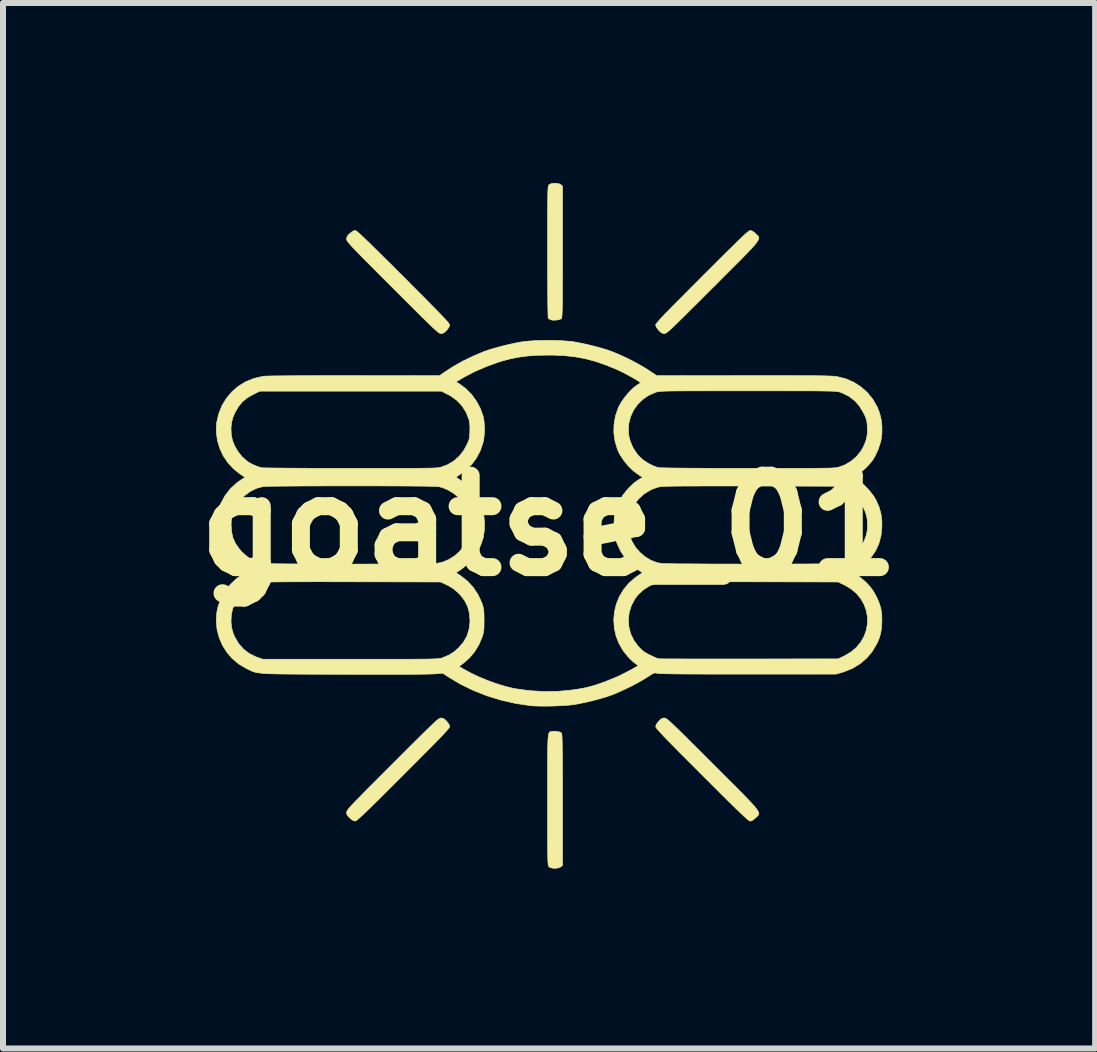
<source format=kicad_pcb>
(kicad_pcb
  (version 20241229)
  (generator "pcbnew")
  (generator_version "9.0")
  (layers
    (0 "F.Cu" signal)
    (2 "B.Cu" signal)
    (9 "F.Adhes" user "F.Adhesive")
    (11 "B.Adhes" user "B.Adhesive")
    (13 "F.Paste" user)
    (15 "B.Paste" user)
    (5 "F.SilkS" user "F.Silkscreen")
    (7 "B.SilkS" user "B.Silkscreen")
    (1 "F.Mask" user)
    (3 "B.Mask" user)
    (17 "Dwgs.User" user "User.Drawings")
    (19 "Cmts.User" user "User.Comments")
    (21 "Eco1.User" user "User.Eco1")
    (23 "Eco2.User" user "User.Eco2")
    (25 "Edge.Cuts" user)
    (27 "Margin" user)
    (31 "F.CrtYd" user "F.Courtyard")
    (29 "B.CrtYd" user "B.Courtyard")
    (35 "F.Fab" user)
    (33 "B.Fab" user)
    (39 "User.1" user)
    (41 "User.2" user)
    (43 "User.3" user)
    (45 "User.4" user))
  (footprint "goatse_01"
    (layer "F.Cu")
    (at 6.103 5.715)
    (property "Reference" "goatse_01" (at 0 0 0) (layer "F.SilkS") (effects (font (size 1.524 1.524) (thickness 0.3))))
    (attr through_hole)
    (fp_poly (pts (xy 0.124 -5.709) (xy 0.169 -5.7) (xy 0.195 -5.686) (xy 0.224 -5.663) (xy 0.224 -4.567) (xy 0.224 -4.378) (xy 0.224 -4.212) (xy 0.223 -4.067) (xy 0.223 -3.942) (xy 0.223 -3.835) (xy 0.222 -3.745) (xy 0.221 -3.671) (xy 0.22 -3.61) (xy 0.219 -3.562) (xy 0.217 -3.524) (xy 0.215 -3.497) (xy 0.213 -3.477) (xy 0.21 -3.464) (xy 0.207 -3.456) (xy 0.205 -3.453) (xy 0.179 -3.44) (xy 0.139 -3.431) (xy 0.093 -3.427) (xy 0.05 -3.429) (xy 0.025 -3.436) (xy -0.001 -3.45) (xy -0.015 -3.463) (xy -0.016 -3.477) (xy -0.017 -3.513) (xy -0.018 -3.57) (xy -0.02 -3.647) (xy -0.021 -3.74) (xy -0.022 -3.849) (xy -0.022 -3.972) (xy -0.023 -4.106) (xy -0.024 -4.251) (xy -0.024 -4.405) (xy -0.024 -4.565) (xy -0.024 -4.569) (xy -0.024 -4.756) (xy -0.024 -4.921) (xy -0.024 -5.064) (xy -0.024 -5.188) (xy -0.023 -5.293) (xy -0.023 -5.382) (xy -0.022 -5.456) (xy -0.021 -5.516) (xy -0.02 -5.564) (xy -0.018 -5.601) (xy -0.016 -5.629) (xy -0.014 -5.649) (xy -0.012 -5.663) (xy -0.008 -5.673) (xy -0.005 -5.679) (xy -0.001 -5.684) (xy 0 -5.685) (xy 0.031 -5.701) (xy 0.075 -5.71) (xy 0.124 -5.709)) (stroke (width 0.01) (type solid)) (fill yes) (layer "F.SilkS"))
    (fp_poly (pts (xy 0.138 3.429) (xy 0.179 3.439) (xy 0.206 3.454) (xy 0.208 3.456) (xy 0.21 3.463) (xy 0.213 3.478) (xy 0.215 3.502) (xy 0.217 3.537) (xy 0.219 3.585) (xy 0.22 3.645) (xy 0.221 3.72) (xy 0.222 3.811) (xy 0.223 3.92) (xy 0.223 4.047) (xy 0.224 4.194) (xy 0.224 4.363) (xy 0.224 4.554) (xy 0.224 5.663) (xy 0.195 5.686) (xy 0.161 5.702) (xy 0.115 5.71) (xy 0.066 5.709) (xy 0.023 5.699) (xy 0 5.685) (xy -0.004 5.68) (xy -0.008 5.674) (xy -0.011 5.666) (xy -0.014 5.652) (xy -0.016 5.634) (xy -0.018 5.607) (xy -0.02 5.572) (xy -0.021 5.527) (xy -0.022 5.469) (xy -0.023 5.399) (xy -0.023 5.313) (xy -0.024 5.212) (xy -0.024 5.092) (xy -0.024 4.953) (xy -0.024 4.793) (xy -0.024 4.611) (xy -0.024 4.567) (xy -0.024 4.377) (xy -0.024 4.209) (xy -0.024 4.063) (xy -0.024 3.936) (xy -0.023 3.828) (xy -0.023 3.737) (xy -0.021 3.661) (xy -0.019 3.599) (xy -0.017 3.55) (xy -0.013 3.512) (xy -0.009 3.483) (xy -0.004 3.463) (xy 0.002 3.449) (xy 0.009 3.44) (xy 0.018 3.435) (xy 0.028 3.433) (xy 0.039 3.431) (xy 0.049 3.429) (xy 0.092 3.425) (xy 0.138 3.429)) (stroke (width 0.01) (type solid)) (fill yes) (layer "F.SilkS"))
    (fp_poly (pts (xy 1.93 3.206) (xy 1.939 3.208) (xy 1.95 3.214) (xy 1.965 3.223) (xy 1.983 3.238) (xy 2.007 3.258) (xy 2.038 3.286) (xy 2.076 3.322) (xy 2.123 3.367) (xy 2.18 3.423) (xy 2.248 3.489) (xy 2.327 3.568) (xy 2.42 3.661) (xy 2.527 3.767) (xy 2.65 3.89) (xy 2.73 3.97) (xy 2.866 4.106) (xy 2.986 4.226) (xy 3.091 4.33) (xy 3.181 4.421) (xy 3.258 4.499) (xy 3.322 4.566) (xy 3.375 4.622) (xy 3.417 4.668) (xy 3.449 4.707) (xy 3.472 4.738) (xy 3.487 4.763) (xy 3.496 4.784) (xy 3.497 4.801) (xy 3.494 4.815) (xy 3.486 4.828) (xy 3.474 4.84) (xy 3.46 4.854) (xy 3.444 4.869) (xy 3.443 4.87) (xy 3.403 4.904) (xy 3.371 4.921) (xy 3.355 4.923) (xy 3.347 4.921) (xy 3.336 4.915) (xy 3.319 4.903) (xy 3.297 4.885) (xy 3.269 4.86) (xy 3.232 4.826) (xy 3.187 4.783) (xy 3.132 4.73) (xy 3.065 4.665) (xy 2.987 4.588) (xy 2.896 4.498) (xy 2.791 4.393) (xy 2.671 4.273) (xy 2.549 4.152) (xy 2.414 4.016) (xy 2.295 3.897) (xy 2.191 3.793) (xy 2.102 3.702) (xy 2.026 3.625) (xy 1.962 3.56) (xy 1.909 3.505) (xy 1.867 3.46) (xy 1.835 3.425) (xy 1.81 3.397) (xy 1.794 3.376) (xy 1.783 3.361) (xy 1.779 3.351) (xy 1.778 3.347) (xy 1.789 3.311) (xy 1.822 3.266) (xy 1.828 3.259) (xy 1.86 3.228) (xy 1.885 3.211) (xy 1.912 3.205) (xy 1.922 3.205) (xy 1.93 3.206)) (stroke (width 0.01) (type solid)) (fill yes) (layer "F.SilkS"))
    (fp_poly (pts (xy 3.385 -4.915) (xy 3.42 -4.891) (xy 3.443 -4.87) (xy 3.459 -4.855) (xy 3.473 -4.841) (xy 3.485 -4.829) (xy 3.493 -4.816) (xy 3.497 -4.802) (xy 3.496 -4.785) (xy 3.488 -4.765) (xy 3.473 -4.74) (xy 3.451 -4.709) (xy 3.419 -4.671) (xy 3.378 -4.625) (xy 3.326 -4.57) (xy 3.262 -4.504) (xy 3.186 -4.426) (xy 3.097 -4.337) (xy 2.993 -4.233) (xy 2.874 -4.114) (xy 2.74 -3.979) (xy 2.73 -3.97) (xy 2.598 -3.838) (xy 2.482 -3.722) (xy 2.381 -3.622) (xy 2.294 -3.535) (xy 2.219 -3.461) (xy 2.156 -3.399) (xy 2.103 -3.348) (xy 2.06 -3.307) (xy 2.025 -3.274) (xy 1.997 -3.249) (xy 1.975 -3.231) (xy 1.958 -3.219) (xy 1.945 -3.211) (xy 1.935 -3.207) (xy 1.926 -3.205) (xy 1.922 -3.205) (xy 1.893 -3.209) (xy 1.868 -3.221) (xy 1.839 -3.248) (xy 1.828 -3.259) (xy 1.792 -3.306) (xy 1.778 -3.343) (xy 1.778 -3.347) (xy 1.78 -3.355) (xy 1.787 -3.367) (xy 1.801 -3.385) (xy 1.821 -3.409) (xy 1.849 -3.44) (xy 1.886 -3.48) (xy 1.932 -3.529) (xy 1.99 -3.588) (xy 2.059 -3.659) (xy 2.142 -3.743) (xy 2.238 -3.839) (xy 2.348 -3.95) (xy 2.475 -4.077) (xy 2.549 -4.152) (xy 2.684 -4.286) (xy 2.802 -4.404) (xy 2.906 -4.508) (xy 2.996 -4.596) (xy 3.073 -4.672) (xy 3.138 -4.736) (xy 3.192 -4.788) (xy 3.236 -4.83) (xy 3.272 -4.863) (xy 3.3 -4.887) (xy 3.321 -4.904) (xy 3.337 -4.916) (xy 3.348 -4.921) (xy 3.355 -4.923) (xy 3.385 -4.915)) (stroke (width 0.01) (type solid)) (fill yes) (layer "F.SilkS"))
    (fp_poly (pts (xy -3.225 -4.921) (xy -3.212 -4.913) (xy -3.195 -4.9) (xy -3.171 -4.88) (xy -3.14 -4.852) (xy -3.1 -4.815) (xy -3.051 -4.768) (xy -2.991 -4.711) (xy -2.921 -4.641) (xy -2.837 -4.559) (xy -2.741 -4.463) (xy -2.629 -4.353) (xy -2.503 -4.226) (xy -2.428 -4.152) (xy -2.293 -4.016) (xy -2.174 -3.897) (xy -2.07 -3.793) (xy -1.981 -3.702) (xy -1.905 -3.625) (xy -1.841 -3.56) (xy -1.788 -3.505) (xy -1.746 -3.46) (xy -1.714 -3.425) (xy -1.689 -3.397) (xy -1.673 -3.376) (xy -1.662 -3.361) (xy -1.658 -3.351) (xy -1.657 -3.347) (xy -1.668 -3.311) (xy -1.701 -3.266) (xy -1.707 -3.259) (xy -1.739 -3.228) (xy -1.764 -3.211) (xy -1.791 -3.205) (xy -1.801 -3.205) (xy -1.809 -3.206) (xy -1.818 -3.208) (xy -1.829 -3.214) (xy -1.844 -3.223) (xy -1.862 -3.238) (xy -1.886 -3.258) (xy -1.917 -3.286) (xy -1.955 -3.322) (xy -2.002 -3.367) (xy -2.059 -3.423) (xy -2.127 -3.489) (xy -2.206 -3.568) (xy -2.299 -3.661) (xy -2.406 -3.767) (xy -2.529 -3.89) (xy -2.609 -3.97) (xy -2.741 -4.102) (xy -2.857 -4.218) (xy -2.958 -4.32) (xy -3.045 -4.407) (xy -3.119 -4.482) (xy -3.181 -4.545) (xy -3.232 -4.598) (xy -3.273 -4.641) (xy -3.306 -4.676) (xy -3.33 -4.704) (xy -3.348 -4.726) (xy -3.361 -4.743) (xy -3.369 -4.756) (xy -3.373 -4.766) (xy -3.374 -4.774) (xy -3.375 -4.779) (xy -3.371 -4.808) (xy -3.359 -4.833) (xy -3.332 -4.862) (xy -3.32 -4.873) (xy -3.274 -4.909) (xy -3.237 -4.923) (xy -3.233 -4.923) (xy -3.225 -4.921)) (stroke (width 0.01) (type solid)) (fill yes) (layer "F.SilkS"))
    (fp_poly (pts (xy -1.772 3.209) (xy -1.747 3.221) (xy -1.718 3.248) (xy -1.707 3.259) (xy -1.671 3.306) (xy -1.657 3.343) (xy -1.657 3.347) (xy -1.659 3.355) (xy -1.666 3.367) (xy -1.68 3.385) (xy -1.7 3.409) (xy -1.728 3.44) (xy -1.765 3.48) (xy -1.811 3.529) (xy -1.869 3.588) (xy -1.938 3.659) (xy -2.021 3.743) (xy -2.117 3.839) (xy -2.227 3.95) (xy -2.354 4.077) (xy -2.428 4.152) (xy -2.564 4.287) (xy -2.683 4.406) (xy -2.787 4.51) (xy -2.877 4.599) (xy -2.955 4.675) (xy -3.02 4.739) (xy -3.075 4.791) (xy -3.119 4.833) (xy -3.155 4.866) (xy -3.183 4.89) (xy -3.204 4.907) (xy -3.219 4.917) (xy -3.229 4.922) (xy -3.233 4.923) (xy -3.269 4.912) (xy -3.314 4.879) (xy -3.32 4.873) (xy -3.352 4.841) (xy -3.369 4.815) (xy -3.374 4.789) (xy -3.375 4.779) (xy -3.374 4.771) (xy -3.371 4.762) (xy -3.366 4.751) (xy -3.356 4.736) (xy -3.342 4.717) (xy -3.321 4.693) (xy -3.294 4.663) (xy -3.258 4.624) (xy -3.213 4.577) (xy -3.157 4.521) (xy -3.091 4.453) (xy -3.012 4.373) (xy -2.919 4.281) (xy -2.812 4.173) (xy -2.69 4.051) (xy -2.609 3.97) (xy -2.477 3.838) (xy -2.361 3.722) (xy -2.26 3.622) (xy -2.173 3.535) (xy -2.098 3.461) (xy -2.035 3.399) (xy -1.982 3.348) (xy -1.939 3.307) (xy -1.904 3.274) (xy -1.876 3.249) (xy -1.854 3.231) (xy -1.837 3.219) (xy -1.824 3.211) (xy -1.814 3.207) (xy -1.805 3.205) (xy -1.801 3.205) (xy -1.772 3.209)) (stroke (width 0.01) (type solid)) (fill yes) (layer "F.SilkS"))
    (fp_poly (pts (xy 0.124 -3.089) (xy 0.241 -3.083) (xy 0.344 -3.075) (xy 0.405 -3.068) (xy 0.508 -3.049) (xy 0.624 -3.025) (xy 0.743 -2.996) (xy 0.86 -2.965) (xy 0.965 -2.933) (xy 1.035 -2.909) (xy 1.136 -2.868) (xy 1.25 -2.817) (xy 1.367 -2.76) (xy 1.482 -2.699) (xy 1.586 -2.639) (xy 1.657 -2.594) (xy 1.796 -2.502) (xy 3.247 -2.503) (xy 3.469 -2.503) (xy 3.668 -2.503) (xy 3.845 -2.503) (xy 4.002 -2.503) (xy 4.141 -2.503) (xy 4.262 -2.502) (xy 4.366 -2.502) (xy 4.456 -2.501) (xy 4.533 -2.5) (xy 4.597 -2.499) (xy 4.65 -2.497) (xy 4.694 -2.496) (xy 4.73 -2.494) (xy 4.759 -2.492) (xy 4.783 -2.489) (xy 4.802 -2.486) (xy 4.807 -2.486) (xy 4.95 -2.449) (xy 5.083 -2.391) (xy 5.203 -2.313) (xy 5.309 -2.218) (xy 5.399 -2.107) (xy 5.471 -1.98) (xy 5.51 -1.881) (xy 5.537 -1.771) (xy 5.55 -1.652) (xy 5.549 -1.531) (xy 5.533 -1.418) (xy 5.529 -1.403) (xy 5.488 -1.275) (xy 5.433 -1.158) (xy 5.393 -1.092) (xy 5.35 -1.038) (xy 5.295 -0.979) (xy 5.235 -0.923) (xy 5.177 -0.876) (xy 5.142 -0.853) (xy 5.109 -0.832) (xy 5.087 -0.817) (xy 5.08 -0.81) (xy 5.09 -0.801) (xy 5.114 -0.784) (xy 5.148 -0.762) (xy 5.217 -0.711) (xy 5.288 -0.644) (xy 5.356 -0.567) (xy 5.415 -0.489) (xy 5.455 -0.42) (xy 5.504 -0.306) (xy 5.534 -0.197) (xy 5.548 -0.084) (xy 5.549 0.023) (xy 5.534 0.165) (xy 5.5 0.293) (xy 5.447 0.411) (xy 5.372 0.523) (xy 5.312 0.594) (xy 5.266 0.64) (xy 5.214 0.685) (xy 5.166 0.722) (xy 5.157 0.729) (xy 5.118 0.755) (xy 5.096 0.771) (xy 5.09 0.782) (xy 5.095 0.791) (xy 5.104 0.798) (xy 5.204 0.873) (xy 5.284 0.943) (xy 5.351 1.014) (xy 5.406 1.09) (xy 5.454 1.175) (xy 5.47 1.207) (xy 5.509 1.301) (xy 5.534 1.39) (xy 5.547 1.483) (xy 5.549 1.589) (xy 5.548 1.621) (xy 5.541 1.716) (xy 5.527 1.797) (xy 5.506 1.871) (xy 5.474 1.948) (xy 5.465 1.965) (xy 5.39 2.093) (xy 5.297 2.204) (xy 5.188 2.298) (xy 5.062 2.375) (xy 4.921 2.433) (xy 4.88 2.446) (xy 4.784 2.473) (xy 3.32 2.473) (xy 3.08 2.473) (xy 2.862 2.473) (xy 2.668 2.473) (xy 2.495 2.472) (xy 2.344 2.472) (xy 2.213 2.471) (xy 2.102 2.47) (xy 2.009 2.468) (xy 1.935 2.467) (xy 1.878 2.465) (xy 1.837 2.463) (xy 1.813 2.461) (xy 1.806 2.46) (xy 1.783 2.454) (xy 1.765 2.453) (xy 1.745 2.458) (xy 1.719 2.471) (xy 1.683 2.493) (xy 1.636 2.524) (xy 1.559 2.571) (xy 1.467 2.623) (xy 1.364 2.677) (xy 1.258 2.728) (xy 1.155 2.775) (xy 1.063 2.814) (xy 1.035 2.824) (xy 0.943 2.855) (xy 0.835 2.887) (xy 0.718 2.918) (xy 0.601 2.945) (xy 0.49 2.968) (xy 0.411 2.981) (xy 0.337 2.99) (xy 0.246 2.997) (xy 0.143 3.002) (xy 0.036 3.006) (xy -0.071 3.007) (xy -0.17 3.006) (xy -0.256 3.003) (xy -0.308 2.999) (xy -0.552 2.963) (xy -0.795 2.908) (xy -1.034 2.835) (xy -1.264 2.744) (xy -1.481 2.638) (xy -1.671 2.524) (xy -1.774 2.457) (xy -1.894 2.469) (xy -1.926 2.47) (xy -1.981 2.472) (xy -2.059 2.474) (xy -2.158 2.475) (xy -2.277 2.476) (xy -2.416 2.477) (xy -2.574 2.477) (xy -2.75 2.477) (xy -2.942 2.477) (xy -3.15 2.477) (xy -3.373 2.476) (xy -3.399 2.476) (xy -3.616 2.476) (xy -3.811 2.475) (xy -3.985 2.475) (xy -4.139 2.474) (xy -4.274 2.473) (xy -4.392 2.472) (xy -4.494 2.471) (xy -4.582 2.469) (xy -4.657 2.467) (xy -4.721 2.464) (xy -4.775 2.46) (xy -4.82 2.455) (xy -4.858 2.45) (xy -4.89 2.444) (xy -4.918 2.436) (xy -4.943 2.428) (xy -4.966 2.418) (xy -4.989 2.407) (xy -5.014 2.395) (xy -5.041 2.381) (xy -5.053 2.375) (xy -5.176 2.302) (xy -5.283 2.211) (xy -5.373 2.106) (xy -5.446 1.989) (xy -5.5 1.862) (xy -5.535 1.728) (xy -5.546 1.602) (xy -5.302 1.602) (xy -5.292 1.699) (xy -5.267 1.79) (xy -5.24 1.853) (xy -5.175 1.964) (xy -5.095 2.055) (xy -4.999 2.129) (xy -4.887 2.185) (xy -4.851 2.198) (xy -4.772 2.225) (xy -3.311 2.225) (xy -3.092 2.225) (xy -2.897 2.225) (xy -2.723 2.225) (xy -2.569 2.225) (xy -2.434 2.225) (xy -2.316 2.225) (xy -2.215 2.224) (xy -2.128 2.223) (xy -2.055 2.223) (xy -1.994 2.222) (xy -1.944 2.22) (xy -1.904 2.219) (xy -1.871 2.217) (xy -1.846 2.215) (xy -1.826 2.213) (xy -1.81 2.21) (xy -1.796 2.207) (xy -1.785 2.204) (xy -1.775 2.2) (xy -1.667 2.155) (xy -1.574 2.095) (xy -1.507 2.035) (xy -1.426 1.94) (xy -1.369 1.839) (xy -1.334 1.729) (xy -1.319 1.609) (xy -1.318 1.578) (xy -1.328 1.458) (xy -1.356 1.349) (xy -1.405 1.25) (xy -1.476 1.157) (xy -1.52 1.112) (xy -1.593 1.05) (xy -1.671 1.002) (xy -1.705 0.985) (xy -1.808 0.937) (xy -3.272 0.934) (xy -3.519 0.934) (xy -3.743 0.933) (xy -3.944 0.933) (xy -4.122 0.934) (xy -4.278 0.934) (xy -4.413 0.935) (xy -4.526 0.936) (xy -4.62 0.937) (xy -4.693 0.938) (xy -4.748 0.94) (xy -4.783 0.942) (xy -4.799 0.944) (xy -4.903 0.977) (xy -5.001 1.03) (xy -5.09 1.1) (xy -5.167 1.184) (xy -5.229 1.278) (xy -5.273 1.379) (xy -5.297 1.483) (xy -5.297 1.491) (xy -5.302 1.602) (xy -5.546 1.602) (xy -5.548 1.589) (xy -5.539 1.448) (xy -5.521 1.359) (xy -5.507 1.316) (xy -5.486 1.261) (xy -5.461 1.203) (xy -5.449 1.178) (xy -5.388 1.075) (xy -5.311 0.977) (xy -5.222 0.891) (xy -5.145 0.833) (xy -5.067 0.782) (xy -5.125 0.746) (xy -5.239 0.661) (xy -5.339 0.559) (xy -5.422 0.441) (xy -5.487 0.312) (xy -5.523 0.206) (xy -5.536 0.136) (xy -5.543 0.053) (xy -5.544 -0.012) (xy -5.3 -0.012) (xy -5.292 0.103) (xy -5.269 0.204) (xy -5.227 0.296) (xy -5.165 0.385) (xy -5.118 0.439) (xy -5.025 0.52) (xy -4.921 0.58) (xy -4.808 0.618) (xy -4.747 0.629) (xy -4.724 0.63) (xy -4.678 0.631) (xy -4.612 0.633) (xy -4.527 0.634) (xy -4.426 0.635) (xy -4.31 0.636) (xy -4.182 0.636) (xy -4.042 0.637) (xy -3.894 0.638) (xy -3.739 0.638) (xy -3.579 0.638) (xy -3.416 0.638) (xy -3.252 0.639) (xy -3.088 0.639) (xy -2.927 0.638) (xy -2.771 0.638) (xy -2.621 0.638) (xy -2.48 0.637) (xy -2.349 0.637) (xy -2.23 0.636) (xy -2.125 0.635) (xy -2.037 0.634) (xy -1.966 0.633) (xy -1.915 0.632) (xy -1.886 0.63) (xy -1.884 0.63) (xy -1.776 0.607) (xy -1.671 0.563) (xy -1.573 0.501) (xy -1.487 0.424) (xy -1.418 0.336) (xy -1.412 0.325) (xy -1.366 0.237) (xy -1.337 0.152) (xy -1.322 0.062) (xy -1.32 -0.041) (xy -1.321 -0.047) (xy -1.324 -0.107) (xy -1.328 -0.15) (xy -1.336 -0.187) (xy -1.35 -0.224) (xy -1.372 -0.271) (xy -1.382 -0.292) (xy -1.414 -0.355) (xy -1.445 -0.403) (xy -1.48 -0.445) (xy -1.517 -0.481) (xy -1.596 -0.545) (xy -1.685 -0.597) (xy -1.776 -0.636) (xy -1.847 -0.654) (xy -1.87 -0.655) (xy -1.915 -0.657) (xy -1.981 -0.658) (xy -2.065 -0.66) (xy -2.166 -0.661) (xy -2.281 -0.662) (xy -2.409 -0.663) (xy -2.549 -0.664) (xy -2.697 -0.664) (xy -2.853 -0.665) (xy -3.014 -0.665) (xy -3.178 -0.665) (xy -3.343 -0.665) (xy -3.509 -0.665) (xy -3.672 -0.665) (xy -3.831 -0.664) (xy -3.983 -0.664) (xy -4.128 -0.663) (xy -4.263 -0.662) (xy -4.386 -0.661) (xy -4.496 -0.66) (xy -4.59 -0.659) (xy -4.667 -0.658) (xy -4.724 -0.656) (xy -4.76 -0.654) (xy -4.771 -0.653) (xy -4.878 -0.624) (xy -4.98 -0.573) (xy -5.074 -0.504) (xy -5.156 -0.419) (xy -5.224 -0.322) (xy -5.274 -0.214) (xy -5.279 -0.2) (xy -5.292 -0.145) (xy -5.298 -0.073) (xy -5.3 -0.012) (xy -5.544 -0.012) (xy -5.544 -0.037) (xy -5.539 -0.125) (xy -5.529 -0.201) (xy -5.523 -0.229) (xy -5.472 -0.372) (xy -5.402 -0.501) (xy -5.314 -0.615) (xy -5.207 -0.714) (xy -5.14 -0.761) (xy -5.067 -0.808) (xy -5.152 -0.864) (xy -5.261 -0.951) (xy -5.355 -1.053) (xy -5.432 -1.168) (xy -5.49 -1.293) (xy -5.529 -1.425) (xy -5.547 -1.561) (xy -5.545 -1.627) (xy -5.302 -1.627) (xy -5.298 -1.524) (xy -5.297 -1.516) (xy -5.278 -1.423) (xy -5.239 -1.327) (xy -5.184 -1.234) (xy -5.117 -1.151) (xy -5.041 -1.082) (xy -5.01 -1.06) (xy -4.951 -1.027) (xy -4.884 -0.997) (xy -4.819 -0.975) (xy -4.79 -0.967) (xy -4.772 -0.966) (xy -4.732 -0.965) (xy -4.671 -0.964) (xy -4.591 -0.963) (xy -4.492 -0.962) (xy -4.377 -0.961) (xy -4.247 -0.96) (xy -4.103 -0.959) (xy -3.948 -0.958) (xy -3.783 -0.958) (xy -3.608 -0.957) (xy -3.427 -0.957) (xy -3.314 -0.957) (xy -3.094 -0.957) (xy -2.897 -0.957) (xy -2.722 -0.957) (xy -2.567 -0.957) (xy -2.431 -0.957) (xy -2.312 -0.958) (xy -2.21 -0.958) (xy -2.123 -0.959) (xy -2.05 -0.96) (xy -1.989 -0.961) (xy -1.939 -0.962) (xy -1.899 -0.964) (xy -1.868 -0.966) (xy -1.844 -0.968) (xy -1.825 -0.971) (xy -1.811 -0.973) (xy -1.809 -0.974) (xy -1.692 -1.017) (xy -1.587 -1.08) (xy -1.495 -1.162) (xy -1.418 -1.262) (xy -1.376 -1.339) (xy -1.353 -1.388) (xy -1.337 -1.427) (xy -1.328 -1.462) (xy -1.324 -1.503) (xy -1.321 -1.558) (xy -1.32 -1.574) (xy -1.319 -1.649) (xy -1.323 -1.708) (xy -1.332 -1.757) (xy -1.336 -1.774) (xy -1.383 -1.892) (xy -1.449 -1.998) (xy -1.534 -2.088) (xy -1.636 -2.163) (xy -1.689 -2.191) (xy -1.796 -2.244) (xy -4.82 -2.244) (xy -4.926 -2.193) (xy -5.027 -2.136) (xy -5.109 -2.07) (xy -5.176 -1.99) (xy -5.234 -1.891) (xy -5.234 -1.891) (xy -5.271 -1.803) (xy -5.294 -1.717) (xy -5.302 -1.627) (xy -5.545 -1.627) (xy -5.543 -1.697) (xy -5.54 -1.724) (xy -5.506 -1.869) (xy -5.452 -2.004) (xy -5.378 -2.125) (xy -5.287 -2.233) (xy -5.181 -2.325) (xy -5.06 -2.399) (xy -1.551 -2.399) (xy -1.487 -2.36) (xy -1.383 -2.282) (xy -1.289 -2.186) (xy -1.209 -2.075) (xy -1.144 -1.953) (xy -1.099 -1.826) (xy -1.096 -1.814) (xy -1.082 -1.731) (xy -1.077 -1.634) (xy -1.079 -1.534) (xy -1.089 -1.439) (xy -1.101 -1.385) (xy -1.145 -1.254) (xy -1.209 -1.132) (xy -1.29 -1.023) (xy -1.385 -0.929) (xy -1.454 -0.877) (xy -1.494 -0.85) (xy -1.526 -0.827) (xy -1.545 -0.813) (xy -1.547 -0.81) (xy -1.538 -0.8) (xy -1.514 -0.784) (xy -1.499 -0.775) (xy -1.406 -0.711) (xy -1.319 -0.627) (xy -1.24 -0.528) (xy -1.173 -0.42) (xy -1.122 -0.306) (xy -1.1 -0.234) (xy -1.083 -0.136) (xy -1.076 -0.026) (xy -1.08 0.085) (xy -1.095 0.187) (xy -1.1 0.21) (xy -1.143 0.332) (xy -1.206 0.451) (xy -1.287 0.562) (xy -1.381 0.66) (xy -1.473 0.732) (xy -1.55 0.783) (xy -1.465 0.84) (xy -1.356 0.926) (xy -1.261 1.031) (xy -1.183 1.15) (xy -1.123 1.279) (xy -1.116 1.3) (xy -1.103 1.341) (xy -1.094 1.376) (xy -1.088 1.413) (xy -1.085 1.456) (xy -1.084 1.513) (xy -1.083 1.578) (xy -1.084 1.651) (xy -1.085 1.706) (xy -1.089 1.749) (xy -1.095 1.785) (xy -1.104 1.821) (xy -1.116 1.857) (xy -1.17 1.984) (xy -1.244 2.104) (xy -1.333 2.209) (xy -1.43 2.293) (xy -1.5 2.345) (xy -1.412 2.397) (xy -1.294 2.46) (xy -1.161 2.523) (xy -1.019 2.581) (xy -0.875 2.633) (xy -0.736 2.676) (xy -0.608 2.708) (xy -0.572 2.715) (xy -0.339 2.748) (xy -0.097 2.763) (xy 0.146 2.76) (xy 0.333 2.744) (xy 0.462 2.727) (xy 0.576 2.707) (xy 0.684 2.682) (xy 0.795 2.649) (xy 0.918 2.606) (xy 0.927 2.603) (xy 1.154 2.51) (xy 1.364 2.403) (xy 1.38 2.394) (xy 1.488 2.332) (xy 1.439 2.296) (xy 1.403 2.268) (xy 1.362 2.23) (xy 1.329 2.197) (xy 1.237 2.085) (xy 1.167 1.964) (xy 1.117 1.837) (xy 1.088 1.705) (xy 1.079 1.571) (xy 1.079 1.566) (xy 1.322 1.566) (xy 1.331 1.684) (xy 1.361 1.8) (xy 1.413 1.909) (xy 1.487 2.01) (xy 1.501 2.025) (xy 1.546 2.07) (xy 1.592 2.106) (xy 1.647 2.138) (xy 1.685 2.157) (xy 1.735 2.181) (xy 1.78 2.201) (xy 1.814 2.214) (xy 1.826 2.217) (xy 1.842 2.218) (xy 1.881 2.218) (xy 1.94 2.219) (xy 2.019 2.22) (xy 2.117 2.22) (xy 2.231 2.22) (xy 2.36 2.221) (xy 2.503 2.221) (xy 2.658 2.221) (xy 2.824 2.221) (xy 2.999 2.221) (xy 3.182 2.221) (xy 3.338 2.221) (xy 4.82 2.219) (xy 4.927 2.168) (xy 5.036 2.104) (xy 5.127 2.026) (xy 5.199 1.937) (xy 5.254 1.84) (xy 5.29 1.737) (xy 5.308 1.63) (xy 5.308 1.522) (xy 5.289 1.415) (xy 5.252 1.312) (xy 5.197 1.215) (xy 5.124 1.127) (xy 5.032 1.05) (xy 4.926 0.988) (xy 4.82 0.937) (xy 3.344 0.934) (xy 3.125 0.934) (xy 2.928 0.933) (xy 2.752 0.933) (xy 2.597 0.933) (xy 2.461 0.933) (xy 2.342 0.933) (xy 2.239 0.933) (xy 2.152 0.934) (xy 2.078 0.934) (xy 2.015 0.935) (xy 1.964 0.936) (xy 1.923 0.938) (xy 1.889 0.939) (xy 1.863 0.941) (xy 1.842 0.944) (xy 1.825 0.946) (xy 1.811 0.949) (xy 1.798 0.952) (xy 1.79 0.955) (xy 1.677 1.001) (xy 1.575 1.066) (xy 1.487 1.146) (xy 1.431 1.219) (xy 1.372 1.331) (xy 1.336 1.447) (xy 1.322 1.566) (xy 1.079 1.566) (xy 1.09 1.438) (xy 1.121 1.308) (xy 1.171 1.184) (xy 1.241 1.066) (xy 1.329 0.959) (xy 1.436 0.865) (xy 1.484 0.832) (xy 1.558 0.782) (xy 1.487 0.736) (xy 1.371 0.647) (xy 1.272 0.542) (xy 1.192 0.421) (xy 1.13 0.284) (xy 1.111 0.23) (xy 1.098 0.183) (xy 1.09 0.139) (xy 1.085 0.09) (xy 1.083 0.027) (xy 1.083 -0.012) (xy 1.083 -0.028) (xy 1.322 -0.028) (xy 1.33 0.088) (xy 1.36 0.204) (xy 1.384 0.262) (xy 1.441 0.358) (xy 1.515 0.444) (xy 1.602 0.517) (xy 1.697 0.575) (xy 1.798 0.614) (xy 1.871 0.628) (xy 1.896 0.63) (xy 1.943 0.631) (xy 2.011 0.632) (xy 2.097 0.634) (xy 2.199 0.635) (xy 2.316 0.635) (xy 2.446 0.636) (xy 2.586 0.637) (xy 2.735 0.638) (xy 2.891 0.638) (xy 3.052 0.638) (xy 3.216 0.639) (xy 3.381 0.639) (xy 3.545 0.639) (xy 3.707 0.638) (xy 3.863 0.638) (xy 4.013 0.638) (xy 4.155 0.637) (xy 4.286 0.637) (xy 4.404 0.636) (xy 4.509 0.635) (xy 4.597 0.634) (xy 4.667 0.633) (xy 4.716 0.631) (xy 4.744 0.63) (xy 4.745 0.63) (xy 4.855 0.607) (xy 4.96 0.562) (xy 5.057 0.499) (xy 5.143 0.42) (xy 5.212 0.328) (xy 5.24 0.278) (xy 5.274 0.202) (xy 5.295 0.134) (xy 5.306 0.066) (xy 5.309 -0.012) (xy 5.306 -0.094) (xy 5.294 -0.165) (xy 5.271 -0.235) (xy 5.243 -0.298) (xy 5.183 -0.399) (xy 5.106 -0.485) (xy 5.011 -0.559) (xy 4.895 -0.621) (xy 4.886 -0.625) (xy 4.808 -0.659) (xy 3.375 -0.663) (xy 3.137 -0.663) (xy 2.918 -0.663) (xy 2.718 -0.663) (xy 2.537 -0.663) (xy 2.376 -0.662) (xy 2.236 -0.662) (xy 2.117 -0.661) (xy 2.019 -0.659) (xy 1.945 -0.658) (xy 1.893 -0.656) (xy 1.864 -0.654) (xy 1.863 -0.654) (xy 1.801 -0.639) (xy 1.731 -0.614) (xy 1.687 -0.594) (xy 1.582 -0.529) (xy 1.494 -0.449) (xy 1.422 -0.356) (xy 1.369 -0.254) (xy 1.336 -0.143) (xy 1.322 -0.028) (xy 1.083 -0.028) (xy 1.086 -0.113) (xy 1.098 -0.2) (xy 1.119 -0.282) (xy 1.153 -0.368) (xy 1.189 -0.441) (xy 1.232 -0.51) (xy 1.288 -0.583) (xy 1.352 -0.653) (xy 1.419 -0.715) (xy 1.483 -0.762) (xy 1.498 -0.771) (xy 1.562 -0.807) (xy 1.498 -0.847) (xy 1.41 -0.911) (xy 1.324 -0.994) (xy 1.247 -1.088) (xy 1.182 -1.187) (xy 1.143 -1.267) (xy 1.101 -1.404) (xy 1.081 -1.545) (xy 1.081 -1.588) (xy 1.322 -1.588) (xy 1.328 -1.511) (xy 1.355 -1.404) (xy 1.401 -1.299) (xy 1.463 -1.204) (xy 1.515 -1.144) (xy 1.58 -1.089) (xy 1.656 -1.04) (xy 1.735 -1) (xy 1.809 -0.973) (xy 1.828 -0.969) (xy 1.847 -0.967) (xy 1.888 -0.966) (xy 1.951 -0.965) (xy 2.033 -0.963) (xy 2.132 -0.962) (xy 2.249 -0.961) (xy 2.38 -0.96) (xy 2.524 -0.959) (xy 2.68 -0.958) (xy 2.846 -0.958) (xy 3.021 -0.957) (xy 3.203 -0.957) (xy 3.315 -0.957) (xy 3.534 -0.957) (xy 3.731 -0.957) (xy 3.905 -0.957) (xy 4.06 -0.957) (xy 4.196 -0.957) (xy 4.314 -0.957) (xy 4.416 -0.958) (xy 4.503 -0.959) (xy 4.576 -0.96) (xy 4.637 -0.961) (xy 4.687 -0.962) (xy 4.727 -0.964) (xy 4.759 -0.966) (xy 4.783 -0.968) (xy 4.802 -0.971) (xy 4.816 -0.973) (xy 4.82 -0.974) (xy 4.932 -1.015) (xy 5.035 -1.076) (xy 5.126 -1.154) (xy 5.2 -1.246) (xy 5.237 -1.309) (xy 5.275 -1.396) (xy 5.298 -1.477) (xy 5.308 -1.563) (xy 5.306 -1.655) (xy 5.302 -1.709) (xy 5.296 -1.752) (xy 5.284 -1.791) (xy 5.266 -1.836) (xy 5.245 -1.879) (xy 5.179 -1.99) (xy 5.099 -2.082) (xy 5.004 -2.156) (xy 4.892 -2.212) (xy 4.855 -2.226) (xy 4.844 -2.229) (xy 4.833 -2.233) (xy 4.819 -2.235) (xy 4.801 -2.238) (xy 4.779 -2.24) (xy 4.751 -2.242) (xy 4.715 -2.244) (xy 4.67 -2.245) (xy 4.616 -2.246) (xy 4.549 -2.247) (xy 4.47 -2.248) (xy 4.377 -2.249) (xy 4.268 -2.249) (xy 4.143 -2.249) (xy 3.999 -2.249) (xy 3.836 -2.25) (xy 3.653 -2.25) (xy 3.447 -2.25) (xy 3.318 -2.25) (xy 3.099 -2.25) (xy 2.903 -2.25) (xy 2.728 -2.25) (xy 2.574 -2.249) (xy 2.438 -2.249) (xy 2.32 -2.249) (xy 2.218 -2.248) (xy 2.131 -2.248) (xy 2.058 -2.247) (xy 1.997 -2.246) (xy 1.946 -2.245) (xy 1.905 -2.243) (xy 1.873 -2.241) (xy 1.847 -2.239) (xy 1.826 -2.237) (xy 1.81 -2.234) (xy 1.797 -2.231) (xy 1.785 -2.228) (xy 1.775 -2.224) (xy 1.661 -2.175) (xy 1.562 -2.107) (xy 1.477 -2.023) (xy 1.409 -1.927) (xy 1.36 -1.821) (xy 1.33 -1.707) (xy 1.322 -1.588) (xy 1.081 -1.588) (xy 1.083 -1.688) (xy 1.107 -1.829) (xy 1.154 -1.965) (xy 1.162 -1.984) (xy 1.201 -2.054) (xy 1.251 -2.127) (xy 1.308 -2.198) (xy 1.368 -2.263) (xy 1.428 -2.317) (xy 1.482 -2.355) (xy 1.497 -2.362) (xy 1.516 -2.376) (xy 1.521 -2.387) (xy 1.508 -2.399) (xy 1.478 -2.42) (xy 1.433 -2.447) (xy 1.379 -2.478) (xy 1.319 -2.511) (xy 1.257 -2.544) (xy 1.197 -2.574) (xy 1.142 -2.6) (xy 1.132 -2.605) (xy 0.948 -2.68) (xy 0.775 -2.74) (xy 0.606 -2.785) (xy 0.437 -2.816) (xy 0.261 -2.836) (xy 0.072 -2.845) (xy -0.012 -2.845) (xy -0.19 -2.842) (xy -0.351 -2.831) (xy -0.499 -2.812) (xy -0.642 -2.784) (xy -0.784 -2.746) (xy -0.833 -2.731) (xy -1.037 -2.658) (xy -1.234 -2.573) (xy -1.419 -2.477) (xy -1.504 -2.427) (xy -1.551 -2.399) (xy -5.06 -2.399) (xy -5.06 -2.399) (xy -4.926 -2.454) (xy -4.782 -2.489) (xy -4.764 -2.492) (xy -4.736 -2.494) (xy -4.684 -2.496) (xy -4.609 -2.498) (xy -4.511 -2.499) (xy -4.39 -2.5) (xy -4.246 -2.501) (xy -4.08 -2.502) (xy -3.893 -2.503) (xy -3.685 -2.503) (xy -3.455 -2.503) (xy -3.25 -2.503) (xy -1.825 -2.502) (xy -1.75 -2.555) (xy -1.603 -2.651) (xy -1.44 -2.743) (xy -1.268 -2.827) (xy -1.095 -2.9) (xy -1.071 -2.909) (xy -0.98 -2.94) (xy -0.872 -2.971) (xy -0.755 -3.002) (xy -0.636 -3.03) (xy -0.523 -3.054) (xy -0.441 -3.068) (xy -0.351 -3.078) (xy -0.244 -3.085) (xy -0.124 -3.089) (xy 0.001 -3.091) (xy 0.124 -3.089)) (stroke (width 0.01) (type solid)) (fill yes) (layer "F.SilkS")))
  (gr_rect
    (start -3 -3)
    (end 15.207 14.429)
    (stroke (width 0.1) (type default))
    (fill no)
    (layer "Edge.Cuts")))
</source>
